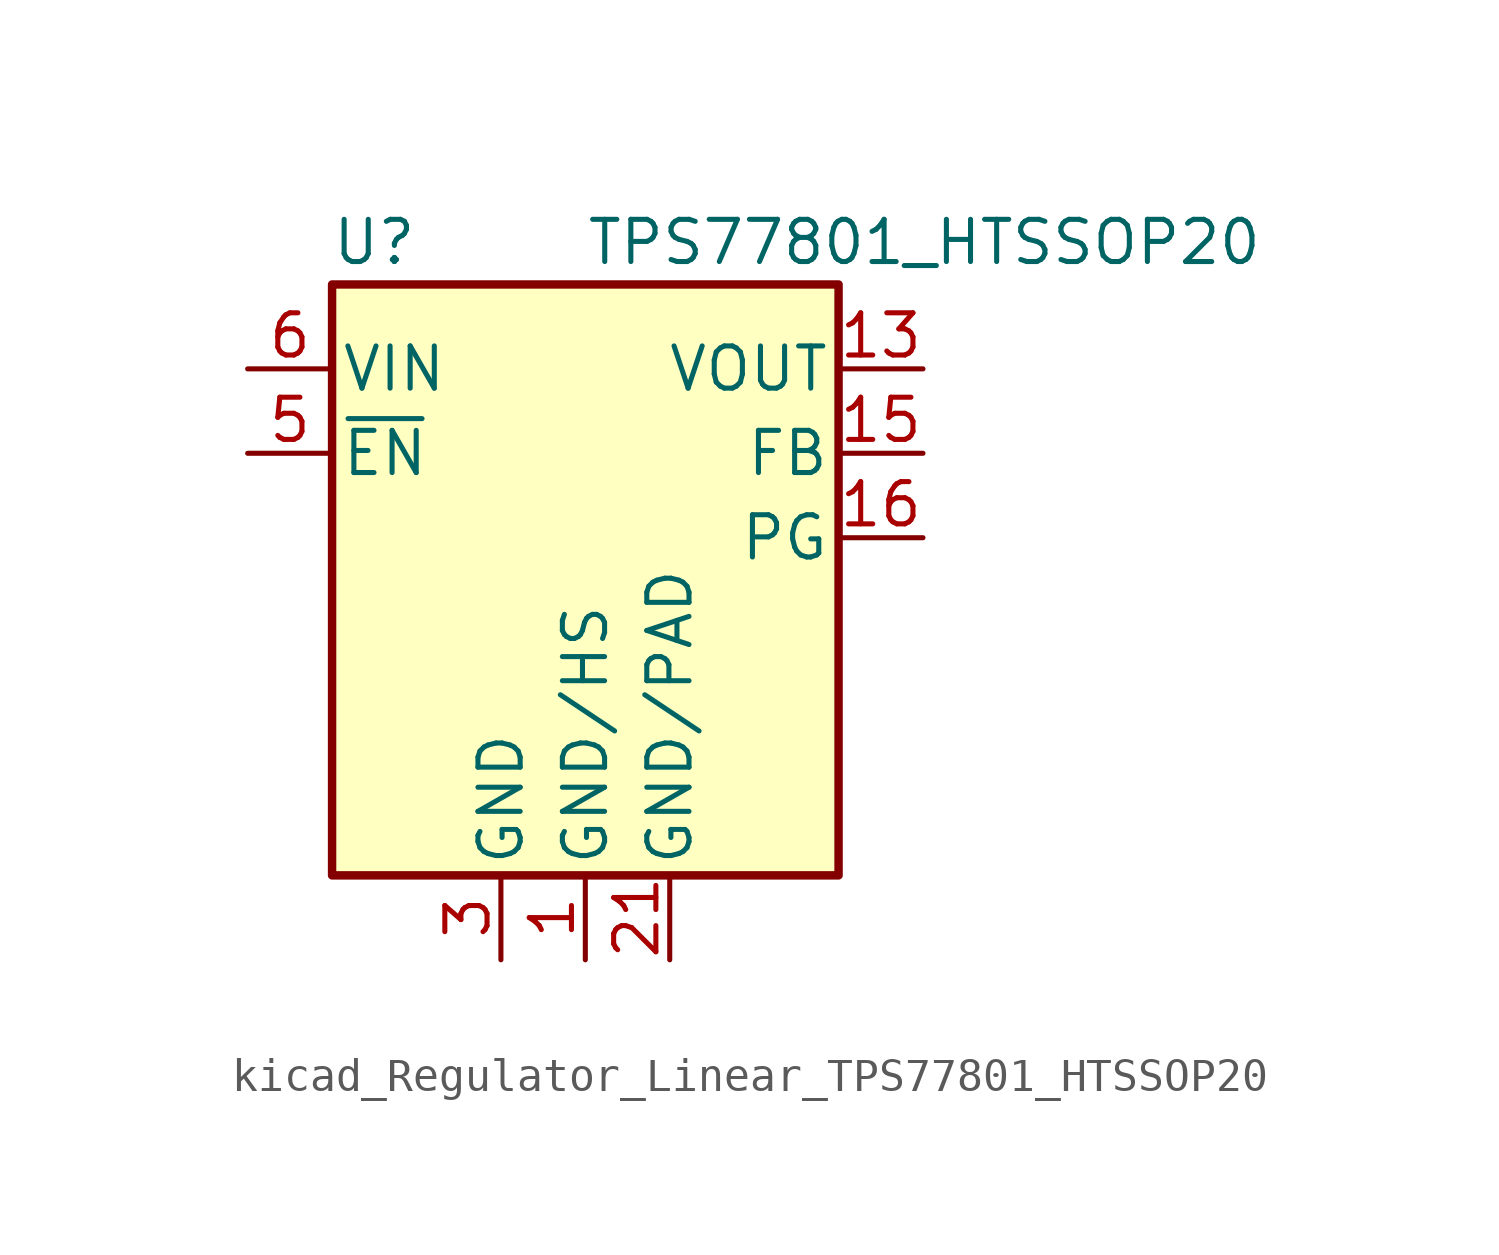
<source format=kicad_sym>
(kicad_symbol_lib
  (version 20220914)
  (generator kicad_symbol_editor)
  (symbol "kicad_Regulator_Linear_TPS77801_HTSSOP20"
    (pin_names
      (offset 0.254))
    (property "Reference" "U"
      (at -6.35 8.89 0)
      (effects (font (size 1.27 1.27))))
    (property "Value" "TPS77801_HTSSOP20"
      (at 0 8.89 0)
      (effects (font (size 1.27 1.27)) (justify left)))
    (symbol "kicad_Regulator_Linear_TPS77801_HTSSOP20_0_1"
      (rectangle (start -7.62 7.62) (end 7.62 -10.16) (stroke (width 0.254) (type default)) (fill (type background))))
    (symbol "kicad_Regulator_Linear_TPS77801_HTSSOP20_1_1"
      (pin power_in line (at 0 -12.7 90) (length 2.54) (name "GND/HS" (effects (font (size 1.27 1.27)))) (number "1" (effects (font (size 1.27 1.27)))))
      (pin passive line (at 0 -12.7 90) (length 2.54) hide (name "GND/HS" (effects (font (size 1.27 1.27)))) (number "10" (effects (font (size 1.27 1.27)))))
      (pin passive line (at 0 -12.7 90) (length 2.54) hide (name "GND/HS" (effects (font (size 1.27 1.27)))) (number "11" (effects (font (size 1.27 1.27)))))
      (pin passive line (at 0 -12.7 90) (length 2.54) hide (name "GND/HS" (effects (font (size 1.27 1.27)))) (number "12" (effects (font (size 1.27 1.27)))))
      (pin power_out line (at 10.16 5.08 180) (length 2.54) (name "VOUT" (effects (font (size 1.27 1.27)))) (number "13" (effects (font (size 1.27 1.27)))))
      (pin passive line (at 10.16 5.08 180) (length 2.54) hide (name "VOUT" (effects (font (size 1.27 1.27)))) (number "14" (effects (font (size 1.27 1.27)))))
      (pin passive line (at 10.16 2.54 180) (length 2.54) (name "FB" (effects (font (size 1.27 1.27)))) (number "15" (effects (font (size 1.27 1.27)))))
      (pin open_collector line (at 10.16 0 180) (length 2.54) (name "PG" (effects (font (size 1.27 1.27)))) (number "16" (effects (font (size 1.27 1.27)))))
      (pin no_connect line (at 7.62 -2.54 180) (length 2.54) hide (name "NC" (effects (font (size 1.27 1.27)))) (number "17" (effects (font (size 1.27 1.27)))))
      (pin no_connect line (at 7.62 -5.08 180) (length 2.54) hide (name "NC" (effects (font (size 1.27 1.27)))) (number "18" (effects (font (size 1.27 1.27)))))
      (pin passive line (at 0 -12.7 90) (length 2.54) hide (name "GND/HS" (effects (font (size 1.27 1.27)))) (number "19" (effects (font (size 1.27 1.27)))))
      (pin passive line (at 0 -12.7 90) (length 2.54) hide (name "GND/HS" (effects (font (size 1.27 1.27)))) (number "2" (effects (font (size 1.27 1.27)))))
      (pin passive line (at 0 -12.7 90) (length 2.54) hide (name "GND/HS" (effects (font (size 1.27 1.27)))) (number "20" (effects (font (size 1.27 1.27)))))
      (pin power_in line (at 2.54 -12.7 90) (length 2.54) (name "GND/PAD" (effects (font (size 1.27 1.27)))) (number "21" (effects (font (size 1.27 1.27)))))
      (pin power_in line (at -2.54 -12.7 90) (length 2.54) (name "GND" (effects (font (size 1.27 1.27)))) (number "3" (effects (font (size 1.27 1.27)))))
      (pin no_connect line (at -7.62 0 0) (length 2.54) hide (name "NC" (effects (font (size 1.27 1.27)))) (number "4" (effects (font (size 1.27 1.27)))))
      (pin input line (at -10.16 2.54 0) (length 2.54) (name "~{EN}" (effects (font (size 1.27 1.27)))) (number "5" (effects (font (size 1.27 1.27)))))
      (pin power_in line (at -10.16 5.08 0) (length 2.54) (name "VIN" (effects (font (size 1.27 1.27)))) (number "6" (effects (font (size 1.27 1.27)))))
      (pin passive line (at -10.16 5.08 0) (length 2.54) hide (name "VIN" (effects (font (size 1.27 1.27)))) (number "7" (effects (font (size 1.27 1.27)))))
      (pin no_connect line (at -7.62 -2.54 0) (length 2.54) hide (name "NC" (effects (font (size 1.27 1.27)))) (number "8" (effects (font (size 1.27 1.27)))))
      (pin passive line (at 0 -12.7 90) (length 2.54) hide (name "GND/HS" (effects (font (size 1.27 1.27)))) (number "9" (effects (font (size 1.27 1.27))))))))
</source>
